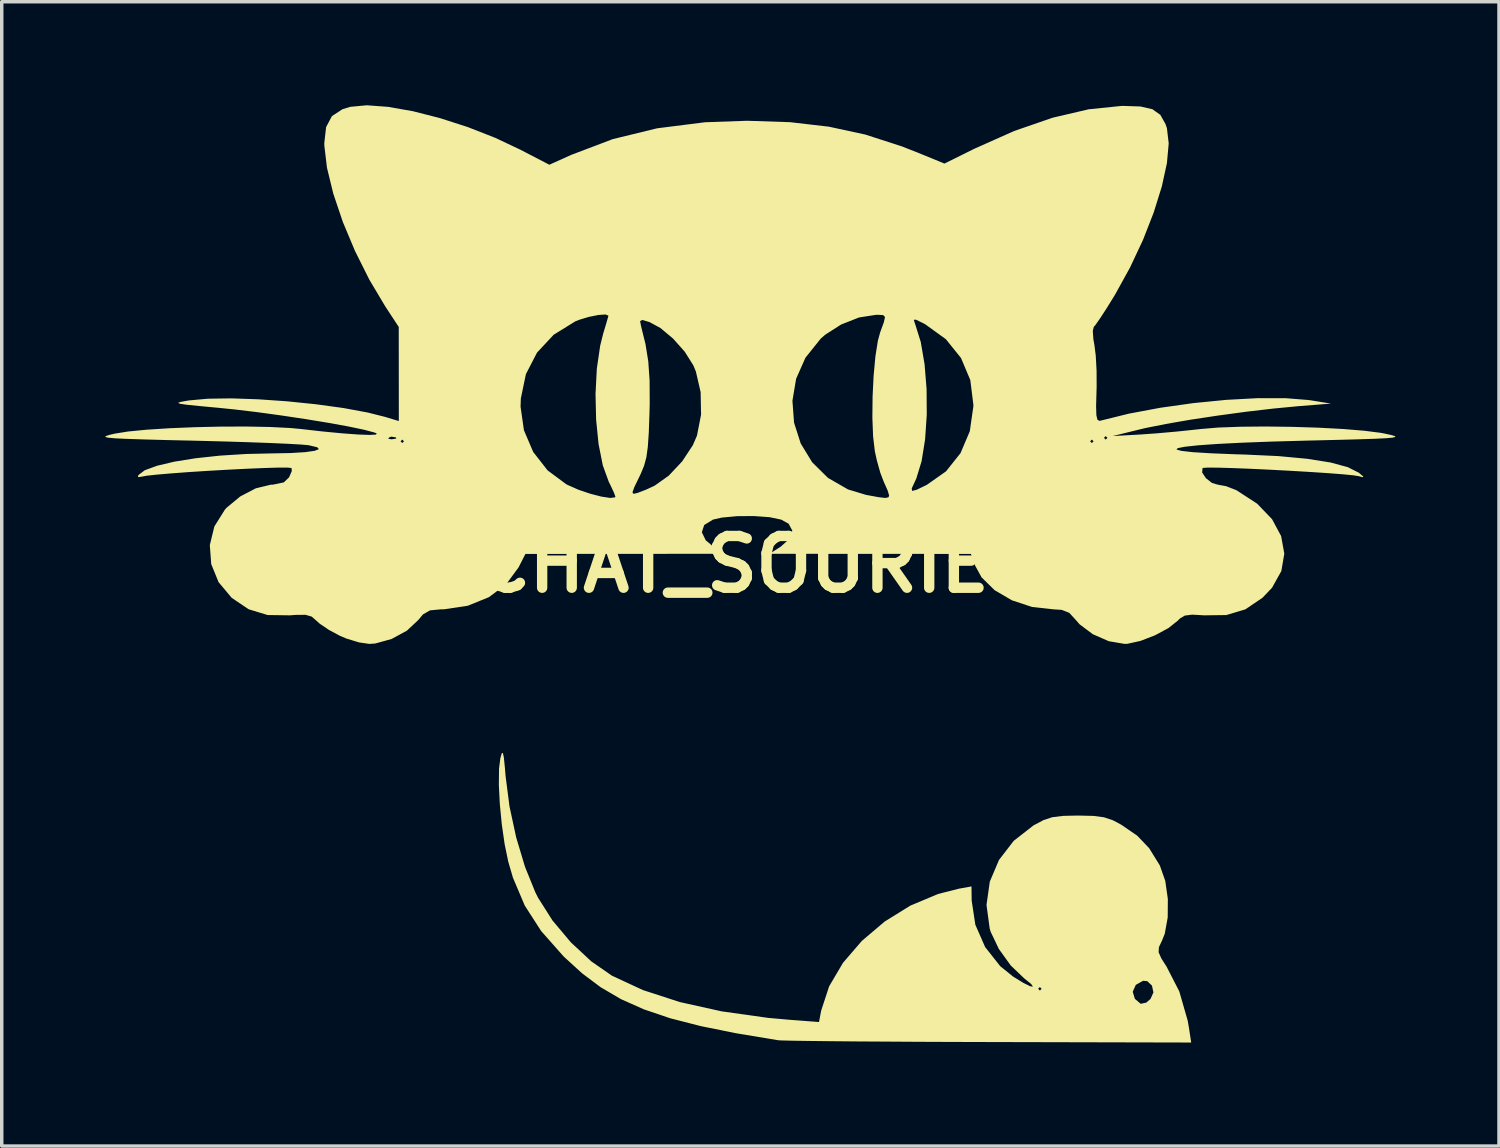
<source format=kicad_pcb>
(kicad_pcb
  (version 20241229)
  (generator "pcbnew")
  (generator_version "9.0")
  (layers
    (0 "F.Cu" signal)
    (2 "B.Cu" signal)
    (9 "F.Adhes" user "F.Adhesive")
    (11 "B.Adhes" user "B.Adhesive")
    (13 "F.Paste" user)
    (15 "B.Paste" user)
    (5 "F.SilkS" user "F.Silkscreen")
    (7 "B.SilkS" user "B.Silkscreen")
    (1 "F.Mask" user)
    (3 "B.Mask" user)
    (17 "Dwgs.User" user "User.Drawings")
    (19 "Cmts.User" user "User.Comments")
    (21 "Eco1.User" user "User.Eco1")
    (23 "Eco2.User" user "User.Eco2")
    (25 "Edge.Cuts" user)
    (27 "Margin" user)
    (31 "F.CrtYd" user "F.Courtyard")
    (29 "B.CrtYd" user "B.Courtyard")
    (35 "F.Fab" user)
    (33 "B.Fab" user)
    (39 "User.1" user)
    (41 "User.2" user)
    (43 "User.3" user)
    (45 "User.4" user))
  (footprint "CHAT_SOURIE"
    (layer "F.Cu")
    (at 18.193 13.3)
    (property "Reference" "CHAT_SOURIE" (at 0 0 0) (layer "F.SilkS") (effects (font (size 1.5 1.5) (thickness 0.3))))
    (attr board_only exclude_from_pos_files exclude_from_bom)
    (fp_poly (pts (xy -6.645 5.596) (xy -6.614 5.9) (xy -6.595 6.134) (xy -6.482 7.011) (xy -6.288 7.911) (xy -6.032 8.765) (xy -5.732 9.505) (xy -5.653 9.661) (xy -5.237 10.317) (xy -4.705 10.951) (xy -4.113 11.503) (xy -3.514 11.918) (xy -2.616 12.335) (xy -1.549 12.682) (xy -0.333 12.952) (xy 1.012 13.141) (xy 1.619 13.195) (xy 2.486 13.261) (xy 2.549 12.93) (xy 2.728 12.384) (xy 11.575 12.384) (xy 11.638 12.59) (xy 11.639 12.591) (xy 11.806 12.733) (xy 11.967 12.699) (xy 12.09 12.593) (xy 12.175 12.404) (xy 12.133 12.206) (xy 11.997 12.077) (xy 11.876 12.066) (xy 11.665 12.184) (xy 11.575 12.384) (xy 2.728 12.384) (xy 2.756 12.298) (xy 8.835 12.298) (xy 8.885 12.349) (xy 8.935 12.298) (xy 8.885 12.248) (xy 8.835 12.298) (xy 2.756 12.298) (xy 2.78 12.226) (xy 3.182 11.544) (xy 3.728 10.91) (xy 4.388 10.35) (xy 5.133 9.888) (xy 5.936 9.551) (xy 6.539 9.398) (xy 6.904 9.332) (xy 6.909 9.741) (xy 7.015 10.441) (xy 7.299 11.089) (xy 7.737 11.644) (xy 8.112 11.946) (xy 8.405 12.126) (xy 8.603 12.224) (xy 8.685 12.236) (xy 8.632 12.158) (xy 8.43 11.995) (xy 8.041 11.623) (xy 7.697 11.145) (xy 7.46 10.648) (xy 7.431 10.553) (xy 7.339 9.868) (xy 7.434 9.195) (xy 7.701 8.565) (xy 8.127 8.012) (xy 8.699 7.565) (xy 8.717 7.555) (xy 8.992 7.41) (xy 9.25 7.326) (xy 9.564 7.288) (xy 9.989 7.279) (xy 10.43 7.289) (xy 10.742 7.329) (xy 10.999 7.415) (xy 11.244 7.545) (xy 11.707 7.863) (xy 12.051 8.224) (xy 12.348 8.704) (xy 12.364 8.734) (xy 12.518 9.171) (xy 12.593 9.696) (xy 12.589 10.231) (xy 12.504 10.702) (xy 12.424 10.901) (xy 12.335 11.09) (xy 12.325 11.239) (xy 12.405 11.42) (xy 12.555 11.654) (xy 12.925 12.375) (xy 13.168 13.221) (xy 13.204 13.428) (xy 13.27 13.855) (xy 7.413 13.841) (xy 6.34 13.838) (xy 5.322 13.834) (xy 4.378 13.828) (xy 3.526 13.823) (xy 2.785 13.816) (xy 2.173 13.809) (xy 1.709 13.802) (xy 1.412 13.795) (xy 1.305 13.789) (xy 0.093 13.588) (xy -0.943 13.379) (xy -1.829 13.151) (xy -2.59 12.893) (xy -3.252 12.598) (xy -3.84 12.253) (xy -4.378 11.85) (xy -4.894 11.379) (xy -4.923 11.35) (xy -5.564 10.625) (xy -6.04 9.886) (xy -6.382 9.078) (xy -6.517 8.615) (xy -6.621 8.115) (xy -6.704 7.54) (xy -6.762 6.944) (xy -6.79 6.383) (xy -6.784 5.915) (xy -6.747 5.622) (xy -6.706 5.477) (xy -6.674 5.462)) (stroke (width 0) (type solid)) (fill yes) (layer "F.SilkS"))
    (fp_poly (pts (xy -9.999 -13.254) (xy -9.281 -13.128) (xy -8.499 -12.929) (xy -7.689 -12.668) (xy -6.888 -12.354) (xy -6.163 -12.011) (xy -5.327 -11.577) (xy -4.697 -11.861) (xy -3.487 -12.32) (xy -2.203 -12.633) (xy -0.817 -12.808) (xy 0.402 -12.851) (xy 1.648 -12.81) (xy 2.77 -12.68) (xy 3.829 -12.451) (xy 4.886 -12.109) (xy 5.344 -11.929) (xy 6.12 -11.611) (xy 6.984 -12.039) (xy 8.141 -12.555) (xy 9.257 -12.94) (xy 10.303 -13.184) (xy 11.252 -13.281) (xy 11.294 -13.282) (xy 11.799 -13.265) (xy 12.147 -13.185) (xy 12.376 -13.022) (xy 12.525 -12.756) (xy 12.566 -12.635) (xy 12.618 -12.196) (xy 12.566 -11.623) (xy 12.418 -10.946) (xy 12.184 -10.196) (xy 11.875 -9.404) (xy 11.498 -8.601) (xy 11.065 -7.816) (xy 11.045 -7.783) (xy 10.818 -7.416) (xy 10.624 -7.118) (xy 10.49 -6.927) (xy 10.448 -6.881) (xy 10.418 -6.762) (xy 10.436 -6.516) (xy 10.463 -6.369) (xy 10.504 -6.05) (xy 10.528 -5.612) (xy 10.53 -5.137) (xy 10.526 -5.013) (xy 10.514 -4.584) (xy 10.522 -4.32) (xy 10.553 -4.189) (xy 10.614 -4.156) (xy 10.642 -4.162) (xy 11.464 -4.365) (xy 12.376 -4.536) (xy 13.332 -4.671) (xy 14.287 -4.765) (xy 15.194 -4.814) (xy 16.008 -4.813) (xy 16.683 -4.759) (xy 16.766 -4.746) (xy 17.318 -4.657) (xy 16.364 -4.581) (xy 15.651 -4.513) (xy 14.858 -4.42) (xy 14.038 -4.309) (xy 13.243 -4.189) (xy 12.528 -4.065) (xy 11.943 -3.948) (xy 11.796 -3.913) (xy 10.993 -3.716) (xy 11.796 -3.761) (xy 12.286 -3.796) (xy 12.867 -3.848) (xy 13.431 -3.907) (xy 13.553 -3.921) (xy 14.057 -3.963) (xy 14.695 -3.986) (xy 15.42 -3.993) (xy 16.188 -3.983) (xy 16.952 -3.959) (xy 17.667 -3.921) (xy 18.287 -3.87) (xy 18.765 -3.809) (xy 18.874 -3.788) (xy 19.054 -3.749) (xy 19.164 -3.717) (xy 19.187 -3.692) (xy 19.109 -3.671) (xy 18.911 -3.653) (xy 18.577 -3.637) (xy 18.092 -3.621) (xy 17.439 -3.604) (xy 16.615 -3.584) (xy 15.596 -3.556) (xy 14.729 -3.523) (xy 14.019 -3.487) (xy 13.47 -3.448) (xy 13.088 -3.407) (xy 12.878 -3.366) (xy 12.843 -3.325) (xy 12.989 -3.286) (xy 13.319 -3.249) (xy 13.84 -3.217) (xy 14.556 -3.188) (xy 14.808 -3.181) (xy 15.79 -3.136) (xy 16.626 -3.058) (xy 17.302 -2.951) (xy 17.807 -2.815) (xy 18.126 -2.654) (xy 18.135 -2.647) (xy 18.261 -2.537) (xy 18.23 -2.524) (xy 18.139 -2.551) (xy 17.976 -2.578) (xy 17.658 -2.609) (xy 17.219 -2.643) (xy 16.696 -2.677) (xy 16.122 -2.711) (xy 15.534 -2.742) (xy 14.967 -2.769) (xy 14.454 -2.789) (xy 14.033 -2.801) (xy 13.737 -2.802) (xy 13.603 -2.792) (xy 13.599 -2.79) (xy 13.587 -2.661) (xy 13.695 -2.497) (xy 13.869 -2.359) (xy 14.034 -2.309) (xy 14.283 -2.263) (xy 14.571 -2.151) (xy 14.587 -2.143) (xy 15.18 -1.757) (xy 15.612 -1.308) (xy 15.875 -0.818) (xy 15.967 -0.31) (xy 15.881 0.196) (xy 15.612 0.678) (xy 15.334 0.97) (xy 14.838 1.305) (xy 14.287 1.47) (xy 13.646 1.478) (xy 13.299 1.458) (xy 13.085 1.485) (xy 12.94 1.571) (xy 12.882 1.631) (xy 12.611 1.847) (xy 12.222 2.056) (xy 11.8 2.219) (xy 11.424 2.302) (xy 11.345 2.306) (xy 10.883 2.228) (xy 10.419 2.025) (xy 10.037 1.739) (xy 9.93 1.616) (xy 9.737 1.406) (xy 9.517 1.319) (xy 9.286 1.305) (xy 8.66 1.236) (xy 8.076 1.043) (xy 7.574 0.75) (xy 7.196 0.378) (xy 7.012 0.043) (xy 6.887 -0.301) (xy 3.971 -0.303) (xy 1.054 -0.305) (xy 1.38 -0.514) (xy 1.638 -0.746) (xy 1.713 -0.976) (xy 1.605 -1.177) (xy 1.391 -1.295) (xy 1.051 -1.366) (xy 0.596 -1.399) (xy 0.108 -1.395) (xy -0.33 -1.354) (xy -0.587 -1.295) (xy -0.84 -1.139) (xy -0.909 -0.93) (xy -0.796 -0.696) (xy -0.577 -0.514) (xy -0.251 -0.305) (xy -3.135 -0.303) (xy -6.02 -0.301) (xy -6.218 0.088) (xy -6.575 0.574) (xy -7.076 0.951) (xy -7.689 1.2) (xy -8.378 1.303) (xy -8.483 1.305) (xy -8.784 1.334) (xy -8.987 1.45) (xy -9.127 1.616) (xy -9.455 1.923) (xy -9.897 2.163) (xy -10.37 2.294) (xy -10.542 2.306) (xy -10.838 2.263) (xy -11.203 2.152) (xy -11.395 2.071) (xy -11.715 1.899) (xy -11.981 1.719) (xy -12.079 1.631) (xy -12.214 1.514) (xy -12.39 1.463) (xy -12.671 1.465) (xy -12.842 1.478) (xy -13.49 1.469) (xy -14.04 1.302) (xy -14.531 0.97) (xy -14.911 0.516) (xy -15.123 -0.006) (xy -15.164 -0.557) (xy -15.033 -1.096) (xy -14.726 -1.586) (xy -14.676 -1.641) (xy -14.282 -1.967) (xy -13.831 -2.202) (xy -13.396 -2.307) (xy -13.331 -2.309) (xy -13.02 -2.374) (xy -12.868 -2.52) (xy -12.789 -2.701) (xy -12.796 -2.79) (xy -12.91 -2.802) (xy -13.188 -2.802) (xy -13.595 -2.79) (xy -14.093 -2.769) (xy -14.648 -2.741) (xy -15.223 -2.708) (xy -15.782 -2.672) (xy -16.289 -2.634) (xy -16.708 -2.598) (xy -17.002 -2.566) (xy -17.131 -2.541) (xy -17.247 -2.526) (xy -17.233 -2.586) (xy -17.049 -2.725) (xy -16.693 -2.856) (xy -16.192 -2.974) (xy -15.576 -3.073) (xy -14.872 -3.149) (xy -14.109 -3.197) (xy -13.355 -3.214) (xy -12.815 -3.224) (xy -12.4 -3.25) (xy -12.124 -3.289) (xy -12.003 -3.337) (xy -12.051 -3.391) (xy -12.284 -3.447) (xy -12.312 -3.452) (xy -12.512 -3.47) (xy -12.882 -3.491) (xy -13.394 -3.514) (xy -14.018 -3.537) (xy -14.724 -3.559) (xy -14.927 -3.564) (xy -9.638 -3.564) (xy -9.588 -3.514) (xy -9.538 -3.564) (xy -9.588 -3.614) (xy -9.638 -3.564) (xy -14.927 -3.564) (xy -15.484 -3.579) (xy -15.611 -3.582) (xy -16.446 -3.601) (xy -17.097 -3.619) (xy -17.58 -3.635) (xy -17.653 -3.638) (xy -9.996 -3.638) (xy -9.897 -3.622) (xy -9.767 -3.641) (xy -9.766 -3.675) (xy -9.9 -3.699) (xy -9.958 -3.683) (xy -9.996 -3.638) (xy -17.653 -3.638) (xy -17.913 -3.651) (xy -18.112 -3.669) (xy -18.193 -3.691) (xy -18.174 -3.717) (xy -18.071 -3.75) (xy -17.921 -3.786) (xy -17.532 -3.848) (xy -16.986 -3.901) (xy -16.327 -3.943) (xy -15.597 -3.973) (xy -14.84 -3.99) (xy -14.1 -3.992) (xy -13.42 -3.979) (xy -12.843 -3.95) (xy -12.549 -3.923) (xy -11.895 -3.849) (xy -11.328 -3.795) (xy -10.867 -3.761) (xy -10.533 -3.749) (xy -10.348 -3.759) (xy -10.331 -3.793) (xy -10.391 -3.818) (xy -10.69 -3.898) (xy -11.148 -3.994) (xy -11.727 -4.099) (xy -12.385 -4.207) (xy -13.084 -4.312) (xy -13.784 -4.408) (xy -14.444 -4.487) (xy -14.919 -4.535) (xy -15.465 -4.586) (xy -15.829 -4.623) (xy -16.029 -4.652) (xy -16.084 -4.678) (xy -16.011 -4.705) (xy -15.83 -4.738) (xy -15.762 -4.749) (xy -15.226 -4.798) (xy -14.543 -4.808) (xy -13.76 -4.781) (xy -12.925 -4.723) (xy -12.086 -4.637) (xy -11.292 -4.528) (xy -10.59 -4.398) (xy -10.093 -4.273) (xy -9.688 -4.151) (xy -9.688 -4.568) (xy -6.161 -4.568) (xy -6.063 -3.884) (xy -5.795 -3.256) (xy -5.378 -2.722) (xy -4.837 -2.32) (xy -4.795 -2.299) (xy -4.486 -2.162) (xy -4.144 -2.046) (xy -3.819 -1.962) (xy -3.562 -1.923) (xy -3.424 -1.94) (xy -3.413 -1.962) (xy -3.455 -2.077) (xy -3.46 -2.087) (xy -2.919 -2.087) (xy -2.891 -2.042) (xy -2.784 -2.065) (xy -2.772 -2.069) (xy -2.525 -2.163) (xy -2.279 -2.277) (xy -1.868 -2.568) (xy -1.478 -2.983) (xy -1.17 -3.45) (xy -1.049 -3.73) (xy -0.931 -4.337) (xy -0.939 -4.739) (xy 1.716 -4.739) (xy 1.763 -4.104) (xy 1.956 -3.501) (xy 2.287 -2.958) (xy 2.746 -2.504) (xy 3.326 -2.17) (xy 3.848 -2.012) (xy 4.206 -1.946) (xy 4.409 -1.923) (xy 4.499 -1.942) (xy 4.518 -1.992) (xy 4.477 -2.133) (xy 4.448 -2.199) (xy 5.172 -2.199) (xy 5.184 -2.126) (xy 5.32 -2.162) (xy 5.607 -2.301) (xy 5.611 -2.303) (xy 6.166 -2.694) (xy 6.586 -3.221) (xy 6.731 -3.564) (xy 10.341 -3.564) (xy 10.391 -3.514) (xy 10.441 -3.564) (xy 10.391 -3.614) (xy 10.341 -3.564) (xy 6.731 -3.564) (xy 6.774 -3.664) (xy 10.742 -3.664) (xy 10.792 -3.614) (xy 10.843 -3.664) (xy 10.792 -3.715) (xy 10.742 -3.664) (xy 6.774 -3.664) (xy 6.855 -3.856) (xy 6.958 -4.574) (xy 6.959 -4.618) (xy 6.87 -5.337) (xy 6.6 -5.978) (xy 6.161 -6.523) (xy 5.563 -6.955) (xy 5.495 -6.991) (xy 5.295 -7.088) (xy 5.232 -7.084) (xy 5.266 -6.974) (xy 5.271 -6.963) (xy 5.435 -6.439) (xy 5.545 -5.793) (xy 5.603 -5.074) (xy 5.608 -4.334) (xy 5.56 -3.622) (xy 5.459 -2.99) (xy 5.306 -2.488) (xy 5.259 -2.386) (xy 5.172 -2.199) (xy 4.448 -2.199) (xy 4.376 -2.361) (xy 4.366 -2.381) (xy 4.262 -2.653) (xy 4.159 -3.023) (xy 4.104 -3.275) (xy 4.053 -3.704) (xy 4.032 -4.249) (xy 4.038 -4.853) (xy 4.068 -5.463) (xy 4.12 -6.024) (xy 4.192 -6.479) (xy 4.256 -6.714) (xy 4.364 -7.011) (xy 4.398 -7.164) (xy 4.347 -7.221) (xy 4.2 -7.229) (xy 4.134 -7.228) (xy 3.645 -7.152) (xy 3.126 -6.947) (xy 2.663 -6.651) (xy 2.535 -6.538) (xy 2.093 -5.986) (xy 1.823 -5.376) (xy 1.716 -4.739) (xy -0.939 -4.739) (xy -0.943 -4.986) (xy -1.082 -5.589) (xy -1.157 -5.768) (xy -1.404 -6.16) (xy -1.741 -6.539) (xy -2.109 -6.847) (xy -2.424 -7.018) (xy -2.632 -7.08) (xy -2.698 -7.048) (xy -2.67 -6.901) (xy -2.541 -6.38) (xy -2.46 -5.875) (xy -2.422 -5.321) (xy -2.419 -4.655) (xy -2.426 -4.374) (xy -2.446 -3.812) (xy -2.474 -3.403) (xy -2.516 -3.1) (xy -2.582 -2.856) (xy -2.678 -2.623) (xy -2.724 -2.528) (xy -2.865 -2.236) (xy -2.919 -2.087) (xy -3.46 -2.087) (xy -3.559 -2.3) (xy -3.606 -2.393) (xy -3.778 -2.867) (xy -3.901 -3.485) (xy -3.972 -4.192) (xy -3.989 -4.938) (xy -3.951 -5.669) (xy -3.854 -6.334) (xy -3.769 -6.676) (xy -3.683 -6.963) (xy -3.627 -7.156) (xy -3.615 -7.203) (xy -3.698 -7.239) (xy -3.908 -7.224) (xy -4.185 -7.168) (xy -4.464 -7.084) (xy -4.575 -7.039) (xy -5.202 -6.651) (xy -5.684 -6.134) (xy -6.006 -5.511) (xy -6.153 -4.804) (xy -6.161 -4.568) (xy -9.688 -4.568) (xy -9.689 -5.514) (xy -9.69 -6.877) (xy -10.081 -7.473) (xy -10.542 -8.247) (xy -10.957 -9.077) (xy -11.311 -9.922) (xy -11.587 -10.741) (xy -11.77 -11.491) (xy -11.846 -12.131) (xy -11.847 -12.203) (xy -11.795 -12.668) (xy -11.626 -12.986) (xy -11.32 -13.186) (xy -11.094 -13.255) (xy -10.615 -13.3)) (stroke (width 0) (type solid)) (fill yes) (layer "F.SilkS")))
  (gr_rect
    (start -3 -3)
    (end 40.38 30.154)
    (stroke (width 0.1) (type default))
    (fill no)
    (layer "Edge.Cuts")))
</source>
